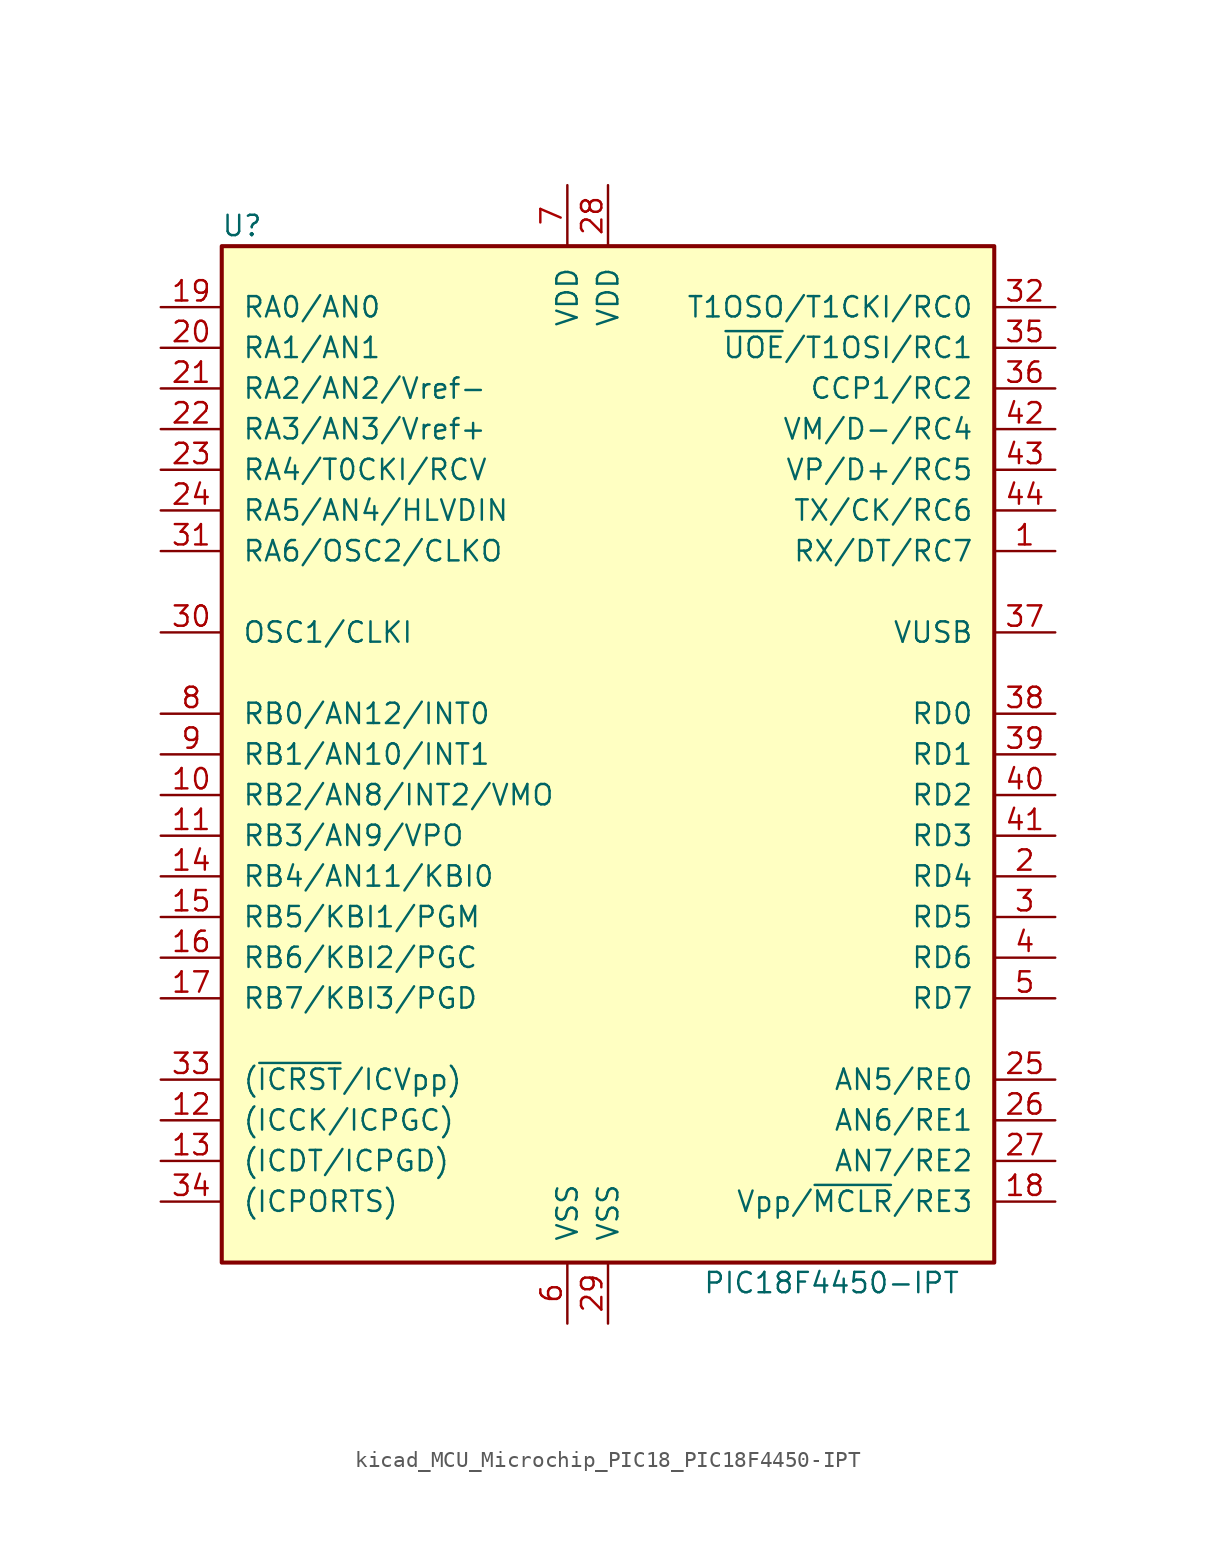
<source format=kicad_sym>
(kicad_symbol_lib
  (version 20220914)
  (generator kicad_symbol_editor)
  (symbol "kicad_MCU_Microchip_PIC18_PIC18F4450-IPT"
    (pin_names
      (offset 1.27))
    (property "Reference" "U"
      (at -22.86 33.02 0)
      (effects (font (size 1.27 1.27))))
    (property "Value" "PIC18F4450-IPT"
      (at 13.97 -33.02 0)
      (effects (font (size 1.27 1.27))))
    (symbol "kicad_MCU_Microchip_PIC18_PIC18F4450-IPT_0_1"
      (rectangle (start -24.13 31.75) (end 24.13 -31.75) (stroke (width 0.254) (type default)) (fill (type background))))
    (symbol "kicad_MCU_Microchip_PIC18_PIC18F4450-IPT_1_1"
      (pin bidirectional line (at 27.94 12.7 180) (length 3.81) (name "RX/DT/RC7" (effects (font (size 1.27 1.27)))) (number "1" (effects (font (size 1.27 1.27)))))
      (pin bidirectional line (at -27.94 -2.54 0) (length 3.81) (name "RB2/AN8/INT2/VMO" (effects (font (size 1.27 1.27)))) (number "10" (effects (font (size 1.27 1.27)))))
      (pin bidirectional line (at -27.94 -5.08 0) (length 3.81) (name "RB3/AN9/VPO" (effects (font (size 1.27 1.27)))) (number "11" (effects (font (size 1.27 1.27)))))
      (pin bidirectional line (at -27.94 -22.86 0) (length 3.81) (name "(ICCK/ICPGC)" (effects (font (size 1.27 1.27)))) (number "12" (effects (font (size 1.27 1.27)))))
      (pin bidirectional line (at -27.94 -25.4 0) (length 3.81) (name "(ICDT/ICPGD)" (effects (font (size 1.27 1.27)))) (number "13" (effects (font (size 1.27 1.27)))))
      (pin bidirectional line (at -27.94 -7.62 0) (length 3.81) (name "RB4/AN11/KBI0" (effects (font (size 1.27 1.27)))) (number "14" (effects (font (size 1.27 1.27)))))
      (pin bidirectional line (at -27.94 -10.16 0) (length 3.81) (name "RB5/KBI1/PGM" (effects (font (size 1.27 1.27)))) (number "15" (effects (font (size 1.27 1.27)))))
      (pin bidirectional line (at -27.94 -12.7 0) (length 3.81) (name "RB6/KBI2/PGC" (effects (font (size 1.27 1.27)))) (number "16" (effects (font (size 1.27 1.27)))))
      (pin bidirectional line (at -27.94 -15.24 0) (length 3.81) (name "RB7/KBI3/PGD" (effects (font (size 1.27 1.27)))) (number "17" (effects (font (size 1.27 1.27)))))
      (pin input line (at 27.94 -27.94 180) (length 3.81) (name "Vpp/~{MCLR}/RE3" (effects (font (size 1.27 1.27)))) (number "18" (effects (font (size 1.27 1.27)))))
      (pin bidirectional line (at -27.94 27.94 0) (length 3.81) (name "RA0/AN0" (effects (font (size 1.27 1.27)))) (number "19" (effects (font (size 1.27 1.27)))))
      (pin bidirectional line (at 27.94 -7.62 180) (length 3.81) (name "RD4" (effects (font (size 1.27 1.27)))) (number "2" (effects (font (size 1.27 1.27)))))
      (pin bidirectional line (at -27.94 25.4 0) (length 3.81) (name "RA1/AN1" (effects (font (size 1.27 1.27)))) (number "20" (effects (font (size 1.27 1.27)))))
      (pin bidirectional line (at -27.94 22.86 0) (length 3.81) (name "RA2/AN2/Vref-" (effects (font (size 1.27 1.27)))) (number "21" (effects (font (size 1.27 1.27)))))
      (pin bidirectional line (at -27.94 20.32 0) (length 3.81) (name "RA3/AN3/Vref+" (effects (font (size 1.27 1.27)))) (number "22" (effects (font (size 1.27 1.27)))))
      (pin bidirectional line (at -27.94 17.78 0) (length 3.81) (name "RA4/T0CKI/RCV" (effects (font (size 1.27 1.27)))) (number "23" (effects (font (size 1.27 1.27)))))
      (pin bidirectional line (at -27.94 15.24 0) (length 3.81) (name "RA5/AN4/HLVDIN" (effects (font (size 1.27 1.27)))) (number "24" (effects (font (size 1.27 1.27)))))
      (pin bidirectional line (at 27.94 -20.32 180) (length 3.81) (name "AN5/RE0" (effects (font (size 1.27 1.27)))) (number "25" (effects (font (size 1.27 1.27)))))
      (pin bidirectional line (at 27.94 -22.86 180) (length 3.81) (name "AN6/RE1" (effects (font (size 1.27 1.27)))) (number "26" (effects (font (size 1.27 1.27)))))
      (pin bidirectional line (at 27.94 -25.4 180) (length 3.81) (name "AN7/RE2" (effects (font (size 1.27 1.27)))) (number "27" (effects (font (size 1.27 1.27)))))
      (pin power_in line (at 0 35.56 270) (length 3.81) (name "VDD" (effects (font (size 1.27 1.27)))) (number "28" (effects (font (size 1.27 1.27)))))
      (pin power_in line (at 0 -35.56 90) (length 3.81) (name "VSS" (effects (font (size 1.27 1.27)))) (number "29" (effects (font (size 1.27 1.27)))))
      (pin bidirectional line (at 27.94 -10.16 180) (length 3.81) (name "RD5" (effects (font (size 1.27 1.27)))) (number "3" (effects (font (size 1.27 1.27)))))
      (pin input line (at -27.94 7.62 0) (length 3.81) (name "OSC1/CLKI" (effects (font (size 1.27 1.27)))) (number "30" (effects (font (size 1.27 1.27)))))
      (pin output line (at -27.94 12.7 0) (length 3.81) (name "RA6/OSC2/CLKO" (effects (font (size 1.27 1.27)))) (number "31" (effects (font (size 1.27 1.27)))))
      (pin bidirectional line (at 27.94 27.94 180) (length 3.81) (name "T1OSO/T1CKI/RC0" (effects (font (size 1.27 1.27)))) (number "32" (effects (font (size 1.27 1.27)))))
      (pin input line (at -27.94 -20.32 0) (length 3.81) (name "(~{ICRST}/ICVpp)" (effects (font (size 1.27 1.27)))) (number "33" (effects (font (size 1.27 1.27)))))
      (pin bidirectional line (at -27.94 -27.94 0) (length 3.81) (name "(ICPORTS)" (effects (font (size 1.27 1.27)))) (number "34" (effects (font (size 1.27 1.27)))))
      (pin bidirectional line (at 27.94 25.4 180) (length 3.81) (name "~{UOE}/T1OSI/RC1" (effects (font (size 1.27 1.27)))) (number "35" (effects (font (size 1.27 1.27)))))
      (pin bidirectional line (at 27.94 22.86 180) (length 3.81) (name "CCP1/RC2" (effects (font (size 1.27 1.27)))) (number "36" (effects (font (size 1.27 1.27)))))
      (pin bidirectional line (at 27.94 7.62 180) (length 3.81) (name "VUSB" (effects (font (size 1.27 1.27)))) (number "37" (effects (font (size 1.27 1.27)))))
      (pin bidirectional line (at 27.94 2.54 180) (length 3.81) (name "RD0" (effects (font (size 1.27 1.27)))) (number "38" (effects (font (size 1.27 1.27)))))
      (pin bidirectional line (at 27.94 0 180) (length 3.81) (name "RD1" (effects (font (size 1.27 1.27)))) (number "39" (effects (font (size 1.27 1.27)))))
      (pin bidirectional line (at 27.94 -12.7 180) (length 3.81) (name "RD6" (effects (font (size 1.27 1.27)))) (number "4" (effects (font (size 1.27 1.27)))))
      (pin bidirectional line (at 27.94 -2.54 180) (length 3.81) (name "RD2" (effects (font (size 1.27 1.27)))) (number "40" (effects (font (size 1.27 1.27)))))
      (pin bidirectional line (at 27.94 -5.08 180) (length 3.81) (name "RD3" (effects (font (size 1.27 1.27)))) (number "41" (effects (font (size 1.27 1.27)))))
      (pin bidirectional line (at 27.94 20.32 180) (length 3.81) (name "VM/D-/RC4" (effects (font (size 1.27 1.27)))) (number "42" (effects (font (size 1.27 1.27)))))
      (pin bidirectional line (at 27.94 17.78 180) (length 3.81) (name "VP/D+/RC5" (effects (font (size 1.27 1.27)))) (number "43" (effects (font (size 1.27 1.27)))))
      (pin bidirectional line (at 27.94 15.24 180) (length 3.81) (name "TX/CK/RC6" (effects (font (size 1.27 1.27)))) (number "44" (effects (font (size 1.27 1.27)))))
      (pin bidirectional line (at 27.94 -15.24 180) (length 3.81) (name "RD7" (effects (font (size 1.27 1.27)))) (number "5" (effects (font (size 1.27 1.27)))))
      (pin power_in line (at -2.54 -35.56 90) (length 3.81) (name "VSS" (effects (font (size 1.27 1.27)))) (number "6" (effects (font (size 1.27 1.27)))))
      (pin power_in line (at -2.54 35.56 270) (length 3.81) (name "VDD" (effects (font (size 1.27 1.27)))) (number "7" (effects (font (size 1.27 1.27)))))
      (pin bidirectional line (at -27.94 2.54 0) (length 3.81) (name "RB0/AN12/INT0" (effects (font (size 1.27 1.27)))) (number "8" (effects (font (size 1.27 1.27)))))
      (pin bidirectional line (at -27.94 0 0) (length 3.81) (name "RB1/AN10/INT1" (effects (font (size 1.27 1.27)))) (number "9" (effects (font (size 1.27 1.27))))))))
</source>
